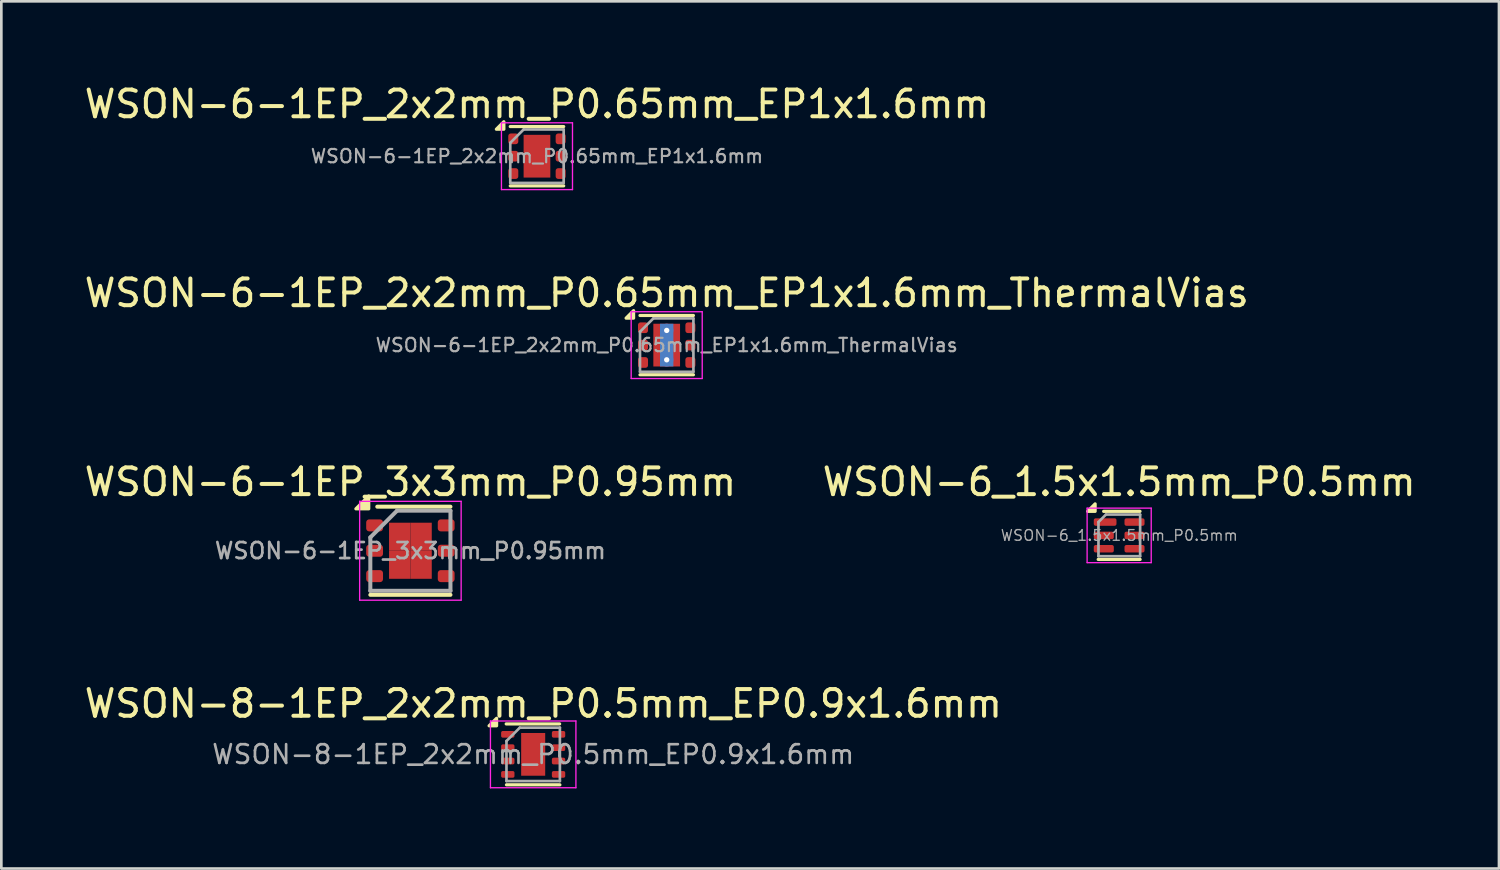
<source format=kicad_pcb>
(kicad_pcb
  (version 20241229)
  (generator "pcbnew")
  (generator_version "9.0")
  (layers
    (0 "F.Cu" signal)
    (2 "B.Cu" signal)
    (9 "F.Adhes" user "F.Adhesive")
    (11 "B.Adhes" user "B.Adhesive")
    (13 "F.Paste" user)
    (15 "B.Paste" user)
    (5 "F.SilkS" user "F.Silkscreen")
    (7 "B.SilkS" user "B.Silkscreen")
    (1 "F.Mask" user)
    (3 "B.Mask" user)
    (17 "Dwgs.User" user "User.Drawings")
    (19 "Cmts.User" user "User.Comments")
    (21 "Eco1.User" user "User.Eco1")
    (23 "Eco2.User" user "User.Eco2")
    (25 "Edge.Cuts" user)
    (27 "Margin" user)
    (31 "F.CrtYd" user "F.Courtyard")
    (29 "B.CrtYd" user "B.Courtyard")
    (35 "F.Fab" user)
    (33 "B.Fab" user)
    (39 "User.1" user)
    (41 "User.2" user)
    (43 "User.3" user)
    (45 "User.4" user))
  (footprint "WSON-6-1EP_3x3mm_P0.95mm"
    (layer "F.Cu")
    (at 12.315 17.57)
    (property "Reference" "WSON-6-1EP_3x3mm_P0.95mm" (at 0 -2.575 0) (layer "F.SilkS") (effects (font (size 1 1) (thickness 0.15))))
    (attr smd)
    (fp_line (start -1.5 1.65) (end 1.5 1.65) (stroke (width 0.15) (type solid)) (layer "F.SilkS"))
    (fp_line (start -1.24 -1.65) (end 1.5 -1.65) (stroke (width 0.15) (type solid)) (layer "F.SilkS"))
    (fp_poly (pts (xy -1.56 -1.57) (xy -2.04 -1.57) (xy -1.56 -2.05) (xy -1.56 -1.57)) (stroke (width 0.12) (type solid)) (fill yes) (layer "F.SilkS"))
    (fp_line (start -1.9 -1.85) (end -1.9 1.85) (stroke (width 0.05) (type solid)) (layer "F.CrtYd"))
    (fp_line (start -1.9 -1.85) (end 1.9 -1.85) (stroke (width 0.05) (type solid)) (layer "F.CrtYd"))
    (fp_line (start -1.9 1.85) (end 1.9 1.85) (stroke (width 0.05) (type solid)) (layer "F.CrtYd"))
    (fp_line (start 1.9 -1.85) (end 1.9 1.85) (stroke (width 0.05) (type solid)) (layer "F.CrtYd"))
    (fp_line (start -1.5 -0.5) (end -0.5 -1.5) (stroke (width 0.15) (type solid)) (layer "F.Fab"))
    (fp_line (start -1.5 1.5) (end -1.5 -0.5) (stroke (width 0.15) (type solid)) (layer "F.Fab"))
    (fp_line (start -0.5 -1.5) (end 1.5 -1.5) (stroke (width 0.15) (type solid)) (layer "F.Fab"))
    (fp_line (start 1.5 -1.5) (end 1.5 1.5) (stroke (width 0.15) (type solid)) (layer "F.Fab"))
    (fp_line (start 1.5 1.5) (end -1.5 1.5) (stroke (width 0.15) (type solid)) (layer "F.Fab"))
    (fp_text user "${REFERENCE}" (at 0 0 0) (layer "F.Fab") (effects (font (size 0.6 0.6) (thickness 0.1))))
    (pad "1" smd roundrect (at -1.34 -0.95) (size 0.63 0.45) (layers "F.Cu" "F.Mask" "F.Paste") (roundrect_rratio 0.25))
    (pad "2" smd roundrect (at -1.34 0) (size 0.63 0.45) (layers "F.Cu" "F.Mask" "F.Paste") (roundrect_rratio 0.25))
    (pad "3" smd roundrect (at -1.34 0.95) (size 0.63 0.45) (layers "F.Cu" "F.Mask" "F.Paste") (roundrect_rratio 0.25))
    (pad "4" smd roundrect (at 1.34 0.95) (size 0.63 0.45) (layers "F.Cu" "F.Mask" "F.Paste") (roundrect_rratio 0.25))
    (pad "5" smd roundrect (at 1.34 0) (size 0.63 0.45) (layers "F.Cu" "F.Mask" "F.Paste") (roundrect_rratio 0.25))
    (pad "6" smd roundrect (at 1.34 -0.95) (size 0.63 0.45) (layers "F.Cu" "F.Mask" "F.Paste") (roundrect_rratio 0.25))
    (pad "7" smd rect (at -0.4 -0.525) (size 0.8 1.05) (layers "F.Cu" "F.Mask" "F.Paste"))
    (pad "7" smd rect (at -0.4 0.525) (size 0.8 1.05) (layers "F.Cu" "F.Mask" "F.Paste"))
    (pad "7" smd rect (at 0.4 -0.525) (size 0.8 1.05) (layers "F.Cu" "F.Mask" "F.Paste"))
    (pad "7" smd rect (at 0.4 0.525) (size 0.8 1.05) (layers "F.Cu" "F.Mask" "F.Paste")))
  (footprint "WSON-6_1.5x1.5mm_P0.5mm"
    (layer "F.Cu")
    (at 38.851 16.995)
    (property "Reference" "WSON-6_1.5x1.5mm_P0.5mm" (at 0 -2 0) (layer "F.SilkS") (effects (font (size 1 1) (thickness 0.15))))
    (attr smd)
    (fp_line (start -0.785 0.9) (end 0.785 0.9) (stroke (width 0.12) (type solid)) (layer "F.SilkS"))
    (fp_line (start -0.58 -0.9) (end 0.78 -0.9) (stroke (width 0.12) (type solid)) (layer "F.SilkS"))
    (fp_poly (pts (xy -0.9 -0.9) (xy -1.18 -0.9) (xy -0.9 -1.18) (xy -0.9 -0.9)) (stroke (width 0.12) (type solid)) (fill yes) (layer "F.SilkS"))
    (fp_line (start -1.2 1.02) (end -1.2 -1.02) (stroke (width 0.05) (type solid)) (layer "F.CrtYd"))
    (fp_line (start -1.2 1.02) (end 1.2 1.02) (stroke (width 0.05) (type solid)) (layer "F.CrtYd"))
    (fp_line (start 1.2 -1.02) (end -1.2 -1.02) (stroke (width 0.05) (type solid)) (layer "F.CrtYd"))
    (fp_line (start 1.2 -1.02) (end 1.2 1.02) (stroke (width 0.05) (type solid)) (layer "F.CrtYd"))
    (fp_line (start -0.775 -0.5) (end -0.775 0.78) (stroke (width 0.1) (type solid)) (layer "F.Fab"))
    (fp_line (start -0.775 0.78) (end 0.785 0.78) (stroke (width 0.1) (type solid)) (layer "F.Fab"))
    (fp_line (start -0.495 -0.78) (end -0.775 -0.5) (stroke (width 0.1) (type solid)) (layer "F.Fab"))
    (fp_line (start 0.785 -0.78) (end -0.495 -0.78) (stroke (width 0.1) (type solid)) (layer "F.Fab"))
    (fp_line (start 0.785 -0.78) (end 0.785 0.78) (stroke (width 0.1) (type solid)) (layer "F.Fab"))
    (fp_text user "${REFERENCE}" (at 0.005 0 0) (layer "F.Fab") (effects (font (size 0.4 0.4) (thickness 0.05))))
    (pad "1" smd roundrect (at -0.525 -0.5 270) (size 0.28 0.85) (layers "F.Cu" "F.Mask" "F.Paste") (roundrect_rratio 0.25))
    (pad "2" smd roundrect (at -0.575 0 270) (size 0.28 0.75) (layers "F.Cu" "F.Mask" "F.Paste") (roundrect_rratio 0.25))
    (pad "3" smd roundrect (at -0.575 0.5 270) (size 0.28 0.75) (layers "F.Cu" "F.Mask" "F.Paste") (roundrect_rratio 0.25))
    (pad "4" smd roundrect (at 0.575 0.5 270) (size 0.28 0.75) (layers "F.Cu" "F.Mask" "F.Paste") (roundrect_rratio 0.25))
    (pad "5" smd roundrect (at 0.575 0 270) (size 0.28 0.75) (layers "F.Cu" "F.Mask" "F.Paste") (roundrect_rratio 0.25))
    (pad "6" smd roundrect (at 0.575 -0.5 270) (size 0.28 0.75) (layers "F.Cu" "F.Mask" "F.Paste") (roundrect_rratio 0.25)))
  (footprint "WSON-8-1EP_2x2mm_P0.5mm_EP0.9x1.6mm"
    (layer "F.Cu")
    (at 16.912 25.193)
    (property "Reference" "WSON-8-1EP_2x2mm_P0.5mm_EP0.9x1.6mm" (at 0.38 -1.9 0) (layer "F.SilkS") (effects (font (size 1 1) (thickness 0.15))))
    (attr smd)
    (fp_line (start -1.01 -1.14) (end 0.99 -1.14) (stroke (width 0.12) (type solid)) (layer "F.SilkS"))
    (fp_line (start -1 1.14) (end 1 1.14) (stroke (width 0.12) (type solid)) (layer "F.SilkS"))
    (fp_poly (pts (xy -1.37 -1.07) (xy -1.65 -1.07) (xy -1.37 -1.35) (xy -1.37 -1.07)) (stroke (width 0.12) (type solid)) (fill yes) (layer "F.SilkS"))
    (fp_line (start -1.6 -1.25) (end -1.6 1.25) (stroke (width 0.05) (type solid)) (layer "F.CrtYd"))
    (fp_line (start -1.6 -1.25) (end 1.6 -1.25) (stroke (width 0.05) (type solid)) (layer "F.CrtYd"))
    (fp_line (start -1.6 1.25) (end 1.6 1.25) (stroke (width 0.05) (type solid)) (layer "F.CrtYd"))
    (fp_line (start 1.6 -1.25) (end 1.6 1.25) (stroke (width 0.05) (type solid)) (layer "F.CrtYd"))
    (fp_line (start -1 1) (end -1 -0.5) (stroke (width 0.1) (type solid)) (layer "F.Fab"))
    (fp_line (start -0.5 -1) (end -1 -0.5) (stroke (width 0.1) (type solid)) (layer "F.Fab"))
    (fp_line (start -0.5 -1) (end 1 -1) (stroke (width 0.1) (type solid)) (layer "F.Fab"))
    (fp_line (start 1 -1) (end 1 1) (stroke (width 0.1) (type solid)) (layer "F.Fab"))
    (fp_line (start 1 1) (end -1 1) (stroke (width 0.1) (type solid)) (layer "F.Fab"))
    (fp_text user "${REFERENCE}" (at 0 0 0) (layer "F.Fab") (effects (font (size 0.7 0.7) (thickness 0.1))))
    (pad "" smd rect (at 0 -0.4) (size 0.75 0.65) (layers "F.Paste"))
    (pad "" smd rect (at 0 0.4) (size 0.75 0.65) (layers "F.Paste"))
    (pad "1" smd roundrect (at -0.95 -0.75) (size 0.5 0.25) (layers "F.Cu" "F.Mask" "F.Paste") (roundrect_rratio 0.25))
    (pad "2" smd roundrect (at -0.95 -0.25) (size 0.5 0.25) (layers "F.Cu" "F.Mask" "F.Paste") (roundrect_rratio 0.25))
    (pad "3" smd roundrect (at -0.95 0.25) (size 0.5 0.25) (layers "F.Cu" "F.Mask" "F.Paste") (roundrect_rratio 0.25))
    (pad "4" smd roundrect (at -0.95 0.75) (size 0.5 0.25) (layers "F.Cu" "F.Mask" "F.Paste") (roundrect_rratio 0.25))
    (pad "5" smd roundrect (at 0.95 0.75) (size 0.5 0.25) (layers "F.Cu" "F.Mask" "F.Paste") (roundrect_rratio 0.25))
    (pad "6" smd roundrect (at 0.95 0.25) (size 0.5 0.25) (layers "F.Cu" "F.Mask" "F.Paste") (roundrect_rratio 0.25))
    (pad "7" smd roundrect (at 0.95 -0.25) (size 0.5 0.25) (layers "F.Cu" "F.Mask" "F.Paste") (roundrect_rratio 0.25))
    (pad "8" smd roundrect (at 0.95 -0.75) (size 0.5 0.25) (layers "F.Cu" "F.Mask" "F.Paste") (roundrect_rratio 0.25))
    (pad "9" smd rect (at 0 0) (size 0.9 1.6) (layers "F.Cu" "F.Mask")))
  (footprint "WSON-6-1EP_2x2mm_P0.65mm_EP1x1.6mm_ThermalVias"
    (layer "F.Cu")
    (at 21.911 9.871)
    (property "Reference" "WSON-6-1EP_2x2mm_P0.65mm_EP1x1.6mm_ThermalVias" (at 0 -1.95 0) (layer "F.SilkS") (effects (font (size 1 1) (thickness 0.15))))
    (attr smd)
    (fp_line (start -1 -1.11) (end 1 -1.11) (stroke (width 0.12) (type solid)) (layer "F.SilkS"))
    (fp_line (start -1 1.11) (end 1 1.11) (stroke (width 0.12) (type solid)) (layer "F.SilkS"))
    (fp_poly (pts (xy -1.24 -1.01) (xy -1.52 -1.01) (xy -1.24 -1.29) (xy -1.24 -1.01)) (stroke (width 0.12) (type solid)) (fill yes) (layer "F.SilkS"))
    (fp_line (start -1.33 -1.25) (end -1.33 1.25) (stroke (width 0.05) (type solid)) (layer "F.CrtYd"))
    (fp_line (start -1.33 1.25) (end 1.33 1.25) (stroke (width 0.05) (type solid)) (layer "F.CrtYd"))
    (fp_line (start 1.33 -1.25) (end -1.33 -1.25) (stroke (width 0.05) (type solid)) (layer "F.CrtYd"))
    (fp_line (start 1.33 1.25) (end 1.33 -1.25) (stroke (width 0.05) (type solid)) (layer "F.CrtYd"))
    (fp_line (start -1 -0.5) (end -0.5 -1) (stroke (width 0.1) (type solid)) (layer "F.Fab"))
    (fp_line (start -1 1) (end -1 -0.5) (stroke (width 0.1) (type solid)) (layer "F.Fab"))
    (fp_line (start -0.5 -1) (end 1 -1) (stroke (width 0.1) (type solid)) (layer "F.Fab"))
    (fp_line (start 1 -1) (end 1 1) (stroke (width 0.1) (type solid)) (layer "F.Fab"))
    (fp_line (start 1 1) (end -1 1) (stroke (width 0.1) (type solid)) (layer "F.Fab"))
    (fp_text user "${REFERENCE}" (at 0 0 0) (layer "F.Fab") (effects (font (size 0.5 0.5) (thickness 0.08))))
    (pad "" smd roundrect (at 0 -0.4) (size 0.87 0.69) (layers "F.Paste") (roundrect_rratio 0.25))
    (pad "" smd roundrect (at 0 0.4) (size 0.87 0.69) (layers "F.Paste") (roundrect_rratio 0.25))
    (pad "1" smd roundrect (at -0.887 -0.65) (size 0.375 0.4) (layers "F.Cu" "F.Mask" "F.Paste") (roundrect_rratio 0.25))
    (pad "2" smd roundrect (at -0.887 0) (size 0.375 0.4) (layers "F.Cu" "F.Mask" "F.Paste") (roundrect_rratio 0.25))
    (pad "3" smd roundrect (at -0.887 0.65) (size 0.375 0.4) (layers "F.Cu" "F.Mask" "F.Paste") (roundrect_rratio 0.25))
    (pad "4" smd roundrect (at 0.887 0.65) (size 0.375 0.4) (layers "F.Cu" "F.Mask" "F.Paste") (roundrect_rratio 0.25))
    (pad "5" smd roundrect (at 0.887 0) (size 0.375 0.4) (layers "F.Cu" "F.Mask" "F.Paste") (roundrect_rratio 0.25))
    (pad "6" smd roundrect (at 0.887 -0.65) (size 0.375 0.4) (layers "F.Cu" "F.Mask" "F.Paste") (roundrect_rratio 0.25))
    (pad "7" thru_hole circle (at 0 -0.55) (size 0.5 0.5) (drill 0.2) (property pad_prop_heatsink) (layers "*.Cu"))
    (pad "7" smd rect (at 0 0) (size 0.5 1.6) (property pad_prop_heatsink) (layers "B.Cu"))
    (pad "7" smd rect (at 0 0) (size 1 1.6) (property pad_prop_heatsink) (layers "F.Cu" "F.Mask"))
    (pad "7" thru_hole circle (at 0 0.55) (size 0.5 0.5) (drill 0.2) (property pad_prop_heatsink) (layers "*.Cu")))
  (footprint "WSON-6-1EP_2x2mm_P0.65mm_EP1x1.6mm"
    (layer "F.Cu")
    (at 17.054 2.798)
    (property "Reference" "WSON-6-1EP_2x2mm_P0.65mm_EP1x1.6mm" (at 0 -1.95 0) (layer "F.SilkS") (effects (font (size 1 1) (thickness 0.15))))
    (attr smd)
    (fp_line (start -1 -1.11) (end 1 -1.11) (stroke (width 0.12) (type solid)) (layer "F.SilkS"))
    (fp_line (start -1 1.11) (end 1 1.11) (stroke (width 0.12) (type solid)) (layer "F.SilkS"))
    (fp_poly (pts (xy -1.24 -1.01) (xy -1.52 -1.01) (xy -1.24 -1.29) (xy -1.24 -1.01)) (stroke (width 0.12) (type solid)) (fill yes) (layer "F.SilkS"))
    (fp_line (start -1.33 -1.25) (end -1.33 1.25) (stroke (width 0.05) (type solid)) (layer "F.CrtYd"))
    (fp_line (start -1.33 1.25) (end 1.33 1.25) (stroke (width 0.05) (type solid)) (layer "F.CrtYd"))
    (fp_line (start 1.33 -1.25) (end -1.33 -1.25) (stroke (width 0.05) (type solid)) (layer "F.CrtYd"))
    (fp_line (start 1.33 1.25) (end 1.33 -1.25) (stroke (width 0.05) (type solid)) (layer "F.CrtYd"))
    (fp_line (start -1 -0.5) (end -0.5 -1) (stroke (width 0.1) (type solid)) (layer "F.Fab"))
    (fp_line (start -1 1) (end -1 -0.5) (stroke (width 0.1) (type solid)) (layer "F.Fab"))
    (fp_line (start -0.5 -1) (end 1 -1) (stroke (width 0.1) (type solid)) (layer "F.Fab"))
    (fp_line (start 1 -1) (end 1 1) (stroke (width 0.1) (type solid)) (layer "F.Fab"))
    (fp_line (start 1 1) (end -1 1) (stroke (width 0.1) (type solid)) (layer "F.Fab"))
    (fp_text user "${REFERENCE}" (at 0 0 0) (layer "F.Fab") (effects (font (size 0.5 0.5) (thickness 0.08))))
    (pad "" smd roundrect (at 0 -0.4) (size 0.81 0.64) (layers "F.Paste") (roundrect_rratio 0.25))
    (pad "" smd roundrect (at 0 0.4) (size 0.81 0.64) (layers "F.Paste") (roundrect_rratio 0.25))
    (pad "1" smd roundrect (at -0.887 -0.65) (size 0.375 0.4) (layers "F.Cu" "F.Mask" "F.Paste") (roundrect_rratio 0.25))
    (pad "2" smd roundrect (at -0.887 0) (size 0.375 0.4) (layers "F.Cu" "F.Mask" "F.Paste") (roundrect_rratio 0.25))
    (pad "3" smd roundrect (at -0.887 0.65) (size 0.375 0.4) (layers "F.Cu" "F.Mask" "F.Paste") (roundrect_rratio 0.25))
    (pad "4" smd roundrect (at 0.887 0.65) (size 0.375 0.4) (layers "F.Cu" "F.Mask" "F.Paste") (roundrect_rratio 0.25))
    (pad "5" smd roundrect (at 0.887 0) (size 0.375 0.4) (layers "F.Cu" "F.Mask" "F.Paste") (roundrect_rratio 0.25))
    (pad "6" smd roundrect (at 0.887 -0.65) (size 0.375 0.4) (layers "F.Cu" "F.Mask" "F.Paste") (roundrect_rratio 0.25))
    (pad "7" smd rect (at 0 0) (size 1 1.6) (property pad_prop_heatsink) (layers "F.Cu" "F.Mask")))
  (gr_rect
    (start -3 -3)
    (end 53.071 29.468)
    (stroke (width 0.1) (type default))
    (fill no)
    (layer "Edge.Cuts")))
</source>
